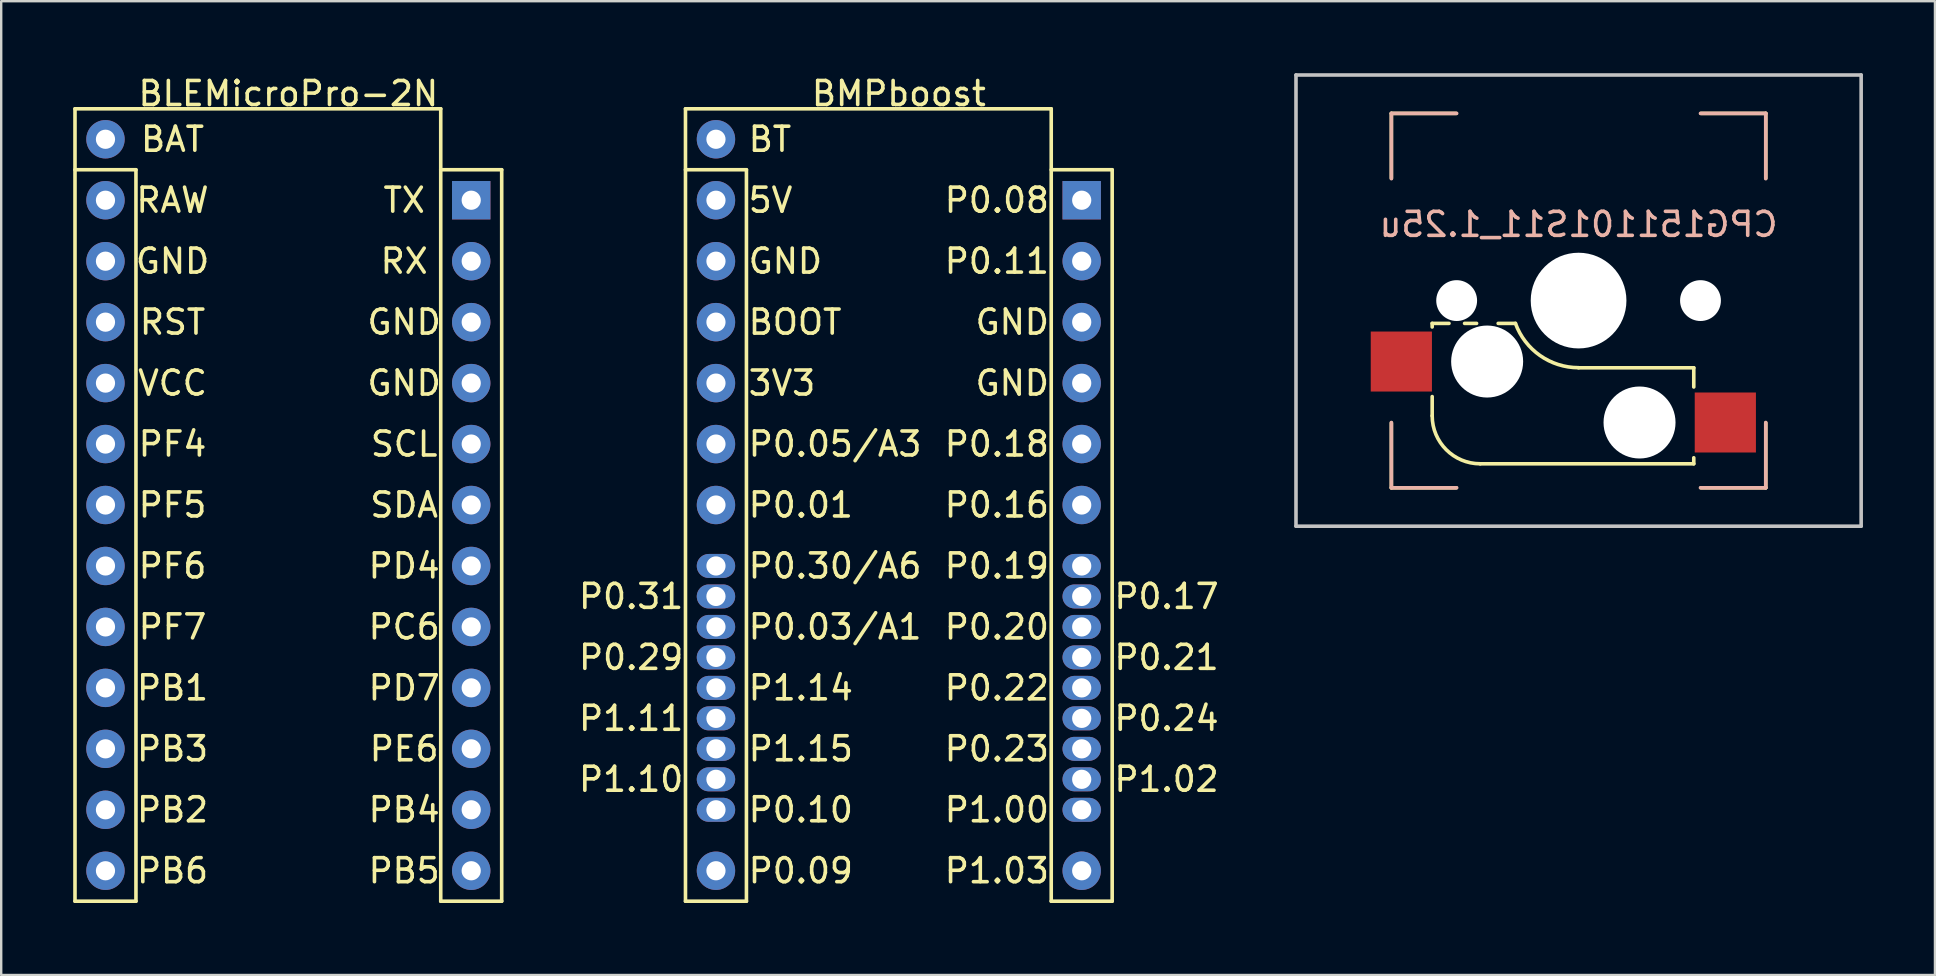
<source format=kicad_pcb>
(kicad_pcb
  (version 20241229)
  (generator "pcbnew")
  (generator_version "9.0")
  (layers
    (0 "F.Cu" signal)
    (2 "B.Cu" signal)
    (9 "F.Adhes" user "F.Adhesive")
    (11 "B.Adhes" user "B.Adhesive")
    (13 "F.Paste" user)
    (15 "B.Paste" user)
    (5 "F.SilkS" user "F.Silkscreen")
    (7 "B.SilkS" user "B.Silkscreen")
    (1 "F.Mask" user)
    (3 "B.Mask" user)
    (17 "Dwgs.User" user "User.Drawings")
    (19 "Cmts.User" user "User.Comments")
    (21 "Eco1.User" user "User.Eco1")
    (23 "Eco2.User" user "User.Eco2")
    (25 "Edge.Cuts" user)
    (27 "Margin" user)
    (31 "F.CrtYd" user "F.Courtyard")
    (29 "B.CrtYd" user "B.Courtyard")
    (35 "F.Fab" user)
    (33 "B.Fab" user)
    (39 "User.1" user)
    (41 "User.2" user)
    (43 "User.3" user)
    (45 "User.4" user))
  (footprint "BLEMicroPro-2N"
    (layer "F.Cu")
    (at 8.965 19.263)
    (property "Reference" "BLEMicroPro-2N" (at 0 -18.415 0) (layer "F.SilkS") (effects (font (size 1 1) (thickness 0.15))))
    (attr through_hole)
    (fp_line (start -8.89 -17.78) (end -8.89 15.24) (stroke (width 0.15) (type solid)) (layer "F.SilkS"))
    (fp_line (start -8.89 15.24) (end -6.35 15.24) (stroke (width 0.15) (type solid)) (layer "F.SilkS"))
    (fp_line (start -6.35 -15.24) (end -8.89 -15.24) (stroke (width 0.15) (type solid)) (layer "F.SilkS"))
    (fp_line (start -6.35 15.24) (end -6.35 -15.24) (stroke (width 0.15) (type solid)) (layer "F.SilkS"))
    (fp_line (start 6.35 -17.78) (end -8.89 -17.78) (stroke (width 0.15) (type solid)) (layer "F.SilkS"))
    (fp_line (start 6.35 -17.78) (end 6.35 15.24) (stroke (width 0.15) (type solid)) (layer "F.SilkS"))
    (fp_line (start 6.35 15.24) (end 8.89 15.24) (stroke (width 0.15) (type solid)) (layer "F.SilkS"))
    (fp_line (start 8.89 -15.24) (end 6.35 -15.24) (stroke (width 0.15) (type solid)) (layer "F.SilkS"))
    (fp_line (start 8.89 15.24) (end 8.89 -15.24) (stroke (width 0.15) (type solid)) (layer "F.SilkS"))
    (fp_text user "RST" (at -4.826 -8.89 0) (layer "F.SilkS") (effects (font (size 1 1) (thickness 0.15))))
    (fp_text user "GND" (at -4.826 -11.43 0) (layer "F.SilkS") (effects (font (size 1 1) (thickness 0.15))))
    (fp_text user "PF5" (at -4.826 -1.27 0) (layer "F.SilkS") (effects (font (size 1 1) (thickness 0.15))))
    (fp_text user "PF6" (at -4.826 1.27 0) (layer "F.SilkS") (effects (font (size 1 1) (thickness 0.15))))
    (fp_text user "PC6" (at 4.826 3.81 0) (layer "F.SilkS") (effects (font (size 1 1) (thickness 0.15))))
    (fp_text user "PB5" (at 4.826 13.97 0) (layer "F.SilkS") (effects (font (size 1 1) (thickness 0.15))))
    (fp_text user "PF4" (at -4.826 -3.81 0) (layer "F.SilkS") (effects (font (size 1 1) (thickness 0.15))))
    (fp_text user "PB2" (at -4.826 11.43 0) (layer "F.SilkS") (effects (font (size 1 1) (thickness 0.15))))
    (fp_text user "SDA" (at 4.826 -1.27 0) (layer "F.SilkS") (effects (font (size 1 1) (thickness 0.15))))
    (fp_text user "PF7" (at -4.826 3.81 0) (layer "F.SilkS") (effects (font (size 1 1) (thickness 0.15))))
    (fp_text user "SCL" (at 4.826 -3.81 0) (layer "F.SilkS") (effects (font (size 1 1) (thickness 0.15))))
    (fp_text user "PB3" (at -4.826 8.89 0) (layer "F.SilkS") (effects (font (size 1 1) (thickness 0.15))))
    (fp_text user "PB4" (at 4.826 11.43 0) (layer "F.SilkS") (effects (font (size 1 1) (thickness 0.15))))
    (fp_text user "GND" (at 4.826 -6.35 0) (layer "F.SilkS") (effects (font (size 1 1) (thickness 0.15))))
    (fp_text user "BAT" (at -4.826 -16.51 0) (layer "F.SilkS") (effects (font (size 1 1) (thickness 0.15))))
    (fp_text user "PB6" (at -4.826 13.97 0) (layer "F.SilkS") (effects (font (size 1 1) (thickness 0.15))))
    (fp_text user "RX" (at 4.826 -11.43 0) (layer "F.SilkS") (effects (font (size 1 1) (thickness 0.15))))
    (fp_text user "GND" (at 4.826 -8.89 0) (layer "F.SilkS") (effects (font (size 1 1) (thickness 0.15))))
    (fp_text user "VCC" (at -4.826 -6.35 0) (layer "F.SilkS") (effects (font (size 1 1) (thickness 0.15))))
    (fp_text user "RAW" (at -4.826 -13.97 0) (layer "F.SilkS") (effects (font (size 1 1) (thickness 0.15))))
    (fp_text user "PD4" (at 4.826 1.27 0) (layer "F.SilkS") (effects (font (size 1 1) (thickness 0.15))))
    (fp_text user "PD7" (at 4.826 6.35 0) (layer "F.SilkS") (effects (font (size 1 1) (thickness 0.15))))
    (fp_text user "PE6" (at 4.826 8.89 0) (layer "F.SilkS") (effects (font (size 1 1) (thickness 0.15))))
    (fp_text user "TX" (at 4.826 -13.97 0) (layer "F.SilkS") (effects (font (size 1 1) (thickness 0.15))))
    (fp_text user "PB1" (at -4.826 6.35 0) (layer "F.SilkS") (effects (font (size 1 1) (thickness 0.15))))
    (pad "1" thru_hole rect (at 7.62 -13.97 180) (size 1.6 1.6) (drill 0.8) (layers "*.Cu" "*.Mask"))
    (pad "2" thru_hole circle (at 7.62 -11.43 180) (size 1.6 1.6) (drill 0.8) (layers "*.Cu" "*.Mask"))
    (pad "3" thru_hole circle (at 7.62 -8.89 180) (size 1.6 1.6) (drill 0.8) (layers "*.Cu" "*.Mask"))
    (pad "4" thru_hole circle (at 7.62 -6.35 180) (size 1.6 1.6) (drill 0.8) (layers "*.Cu" "*.Mask"))
    (pad "5" thru_hole circle (at 7.62 -3.81 180) (size 1.6 1.6) (drill 0.8) (layers "*.Cu" "*.Mask"))
    (pad "6" thru_hole circle (at 7.62 -1.27 180) (size 1.6 1.6) (drill 0.8) (layers "*.Cu" "*.Mask"))
    (pad "7" thru_hole circle (at 7.62 1.27 180) (size 1.6 1.6) (drill 0.8) (layers "*.Cu" "*.Mask"))
    (pad "8" thru_hole circle (at 7.62 3.81 180) (size 1.6 1.6) (drill 0.8) (layers "*.Cu" "*.Mask"))
    (pad "9" thru_hole circle (at 7.62 6.35 180) (size 1.6 1.6) (drill 0.8) (layers "*.Cu" "*.Mask"))
    (pad "10" thru_hole circle (at 7.62 8.89 180) (size 1.6 1.6) (drill 0.8) (layers "*.Cu" "*.Mask"))
    (pad "11" thru_hole circle (at 7.62 11.43 180) (size 1.6 1.6) (drill 0.8) (layers "*.Cu" "*.Mask"))
    (pad "12" thru_hole circle (at 7.62 13.97 180) (size 1.6 1.6) (drill 0.8) (layers "*.Cu" "*.Mask"))
    (pad "13" thru_hole circle (at -7.62 13.97 180) (size 1.6 1.6) (drill 0.8) (layers "*.Cu" "*.Mask"))
    (pad "14" thru_hole circle (at -7.62 11.43 180) (size 1.6 1.6) (drill 0.8) (layers "*.Cu" "*.Mask"))
    (pad "15" thru_hole circle (at -7.62 8.89 180) (size 1.6 1.6) (drill 0.8) (layers "*.Cu" "*.Mask"))
    (pad "16" thru_hole circle (at -7.62 6.35 180) (size 1.6 1.6) (drill 0.8) (layers "*.Cu" "*.Mask"))
    (pad "17" thru_hole circle (at -7.62 3.81 180) (size 1.6 1.6) (drill 0.8) (layers "*.Cu" "*.Mask"))
    (pad "18" thru_hole circle (at -7.62 1.27 180) (size 1.6 1.6) (drill 0.8) (layers "*.Cu" "*.Mask"))
    (pad "19" thru_hole circle (at -7.62 -1.27 180) (size 1.6 1.6) (drill 0.8) (layers "*.Cu" "*.Mask"))
    (pad "20" thru_hole circle (at -7.62 -3.81 180) (size 1.6 1.6) (drill 0.8) (layers "*.Cu" "*.Mask"))
    (pad "21" thru_hole circle (at -7.62 -6.35 180) (size 1.6 1.6) (drill 0.8) (layers "*.Cu" "*.Mask"))
    (pad "22" thru_hole circle (at -7.62 -8.89 180) (size 1.6 1.6) (drill 0.8) (layers "*.Cu" "*.Mask"))
    (pad "23" thru_hole circle (at -7.62 -11.43 180) (size 1.6 1.6) (drill 0.8) (layers "*.Cu" "*.Mask"))
    (pad "24" thru_hole circle (at -7.62 -13.97 180) (size 1.6 1.6) (drill 0.8) (layers "*.Cu" "*.Mask"))
    (pad "25" thru_hole circle (at -7.62 -16.51 180) (size 1.6 1.6) (drill 0.8) (layers "*.Cu" "*.Mask"))
    (zone (net_name "") (layers "F.Cu" "B.Cu") (name "Anntena") (hatch edge 0.5) (connect_pads) (min_thickness 0.25) (filled_areas_thickness no) (keepout (tracks allowed) (vias not_allowed) (pads allowed) (copperpour not_allowed) (footprints allowed)) (placement (enabled no)) (fill) (polygon (pts (xy 0.075 29.423) (xy 0.075 34.503) (xy 17.855 34.503) (xy 17.855 29.423)))))
  (footprint "BMPboost"
    (layer "F.Cu")
    (at 34.403 19.263)
    (property "Reference" "BMPboost" (at 0 -18.415 0) (layer "F.SilkS") (effects (font (size 1 1) (thickness 0.15))))
    (attr through_hole)
    (fp_line (start -8.89 -17.78) (end -8.89 15.24) (stroke (width 0.15) (type solid)) (layer "F.SilkS"))
    (fp_line (start -8.89 15.24) (end -6.35 15.24) (stroke (width 0.15) (type solid)) (layer "F.SilkS"))
    (fp_line (start -6.35 -15.24) (end -8.89 -15.24) (stroke (width 0.15) (type solid)) (layer "F.SilkS"))
    (fp_line (start -6.35 15.24) (end -6.35 -15.24) (stroke (width 0.15) (type solid)) (layer "F.SilkS"))
    (fp_line (start 6.35 -17.78) (end -8.89 -17.78) (stroke (width 0.15) (type solid)) (layer "F.SilkS"))
    (fp_line (start 6.35 -17.78) (end 6.35 15.24) (stroke (width 0.15) (type solid)) (layer "F.SilkS"))
    (fp_line (start 6.35 15.24) (end 8.89 15.24) (stroke (width 0.15) (type solid)) (layer "F.SilkS"))
    (fp_line (start 8.89 -15.24) (end 6.35 -15.24) (stroke (width 0.15) (type solid)) (layer "F.SilkS"))
    (fp_line (start 8.89 15.24) (end 8.89 -15.24) (stroke (width 0.15) (type solid)) (layer "F.SilkS"))
    (fp_text user "P0.17" (at 8.89 2.54 0) (layer "F.SilkS") (effects (font (size 1 1) (thickness 0.15)) (justify left)))
    (fp_text user "P0.16" (at 6.35 -1.27 0) (layer "F.SilkS") (effects (font (size 1 1) (thickness 0.15)) (justify right)))
    (fp_text user "P0.09" (at -6.35 13.97 0) (layer "F.SilkS") (effects (font (size 1 1) (thickness 0.15)) (justify left)))
    (fp_text user "P0.19" (at 6.35 1.27 0) (layer "F.SilkS") (effects (font (size 1 1) (thickness 0.15)) (justify right)))
    (fp_text user "P1.03" (at 6.35 13.97 0) (layer "F.SilkS") (effects (font (size 1 1) (thickness 0.15)) (justify right)))
    (fp_text user "P0.18" (at 6.35 -3.81 0) (layer "F.SilkS") (effects (font (size 1 1) (thickness 0.15)) (justify right)))
    (fp_text user "P0.24" (at 8.89 7.62 0) (layer "F.SilkS") (effects (font (size 1 1) (thickness 0.15)) (justify left)))
    (fp_text user "BT" (at -6.35 -16.51 0) (layer "F.SilkS") (effects (font (size 1 1) (thickness 0.15)) (justify left)))
    (fp_text user "P0.31" (at -8.89 2.54 0) (layer "F.SilkS") (effects (font (size 1 1) (thickness 0.15)) (justify right)))
    (fp_text user "P0.11" (at 6.35 -11.43 0) (layer "F.SilkS") (effects (font (size 1 1) (thickness 0.15)) (justify right)))
    (fp_text user "P0.05/A3" (at -6.35 -3.81 0) (layer "F.SilkS") (effects (font (size 1 1) (thickness 0.15)) (justify left)))
    (fp_text user "3V3" (at -6.35 -6.35 0) (layer "F.SilkS") (effects (font (size 1 1) (thickness 0.15)) (justify left)))
    (fp_text user "P0.29" (at -8.89 5.08 0) (layer "F.SilkS") (effects (font (size 1 1) (thickness 0.15)) (justify right)))
    (fp_text user "P0.03/A1" (at -6.35 3.81 0) (layer "F.SilkS") (effects (font (size 1 1) (thickness 0.15)) (justify left)))
    (fp_text user "P0.10" (at -6.35 11.43 0) (layer "F.SilkS") (effects (font (size 1 1) (thickness 0.15)) (justify left)))
    (fp_text user "P0.21" (at 8.89 5.08 0) (layer "F.SilkS") (effects (font (size 1 1) (thickness 0.15)) (justify left)))
    (fp_text user "P1.02" (at 8.89 10.16 0) (layer "F.SilkS") (effects (font (size 1 1) (thickness 0.15)) (justify left)))
    (fp_text user "GND" (at 6.35 -6.35 0) (layer "F.SilkS") (effects (font (size 1 1) (thickness 0.15)) (justify right)))
    (fp_text user "P0.20" (at 6.35 3.81 0) (layer "F.SilkS") (effects (font (size 1 1) (thickness 0.15)) (justify right)))
    (fp_text user "GND" (at 6.35 -8.89 0) (layer "F.SilkS") (effects (font (size 1 1) (thickness 0.15)) (justify right)))
    (fp_text user "P1.11" (at -8.89 7.62 0) (layer "F.SilkS") (effects (font (size 1 1) (thickness 0.15)) (justify right)))
    (fp_text user "P0.22" (at 6.35 6.35 0) (layer "F.SilkS") (effects (font (size 1 1) (thickness 0.15)) (justify right)))
    (fp_text user "P0.08" (at 6.35 -13.97 0) (layer "F.SilkS") (effects (font (size 1 1) (thickness 0.15)) (justify right)))
    (fp_text user "BOOT" (at -6.35 -8.89 0) (layer "F.SilkS") (effects (font (size 1 1) (thickness 0.15)) (justify left)))
    (fp_text user "P1.14" (at -6.35 6.35 0) (layer "F.SilkS") (effects (font (size 1 1) (thickness 0.15)) (justify left)))
    (fp_text user "GND" (at -6.35 -11.43 0) (layer "F.SilkS") (effects (font (size 1 1) (thickness 0.15)) (justify left)))
    (fp_text user "5V" (at -6.35 -13.97 0) (layer "F.SilkS") (effects (font (size 1 1) (thickness 0.15)) (justify left)))
    (fp_text user "P1.00" (at 6.35 11.43 0) (layer "F.SilkS") (effects (font (size 1 1) (thickness 0.15)) (justify right)))
    (fp_text user "P0.23" (at 6.35 8.89 0) (layer "F.SilkS") (effects (font (size 1 1) (thickness 0.15)) (justify right)))
    (fp_text user "P1.15" (at -6.35 8.89 0) (layer "F.SilkS") (effects (font (size 1 1) (thickness 0.15)) (justify left)))
    (fp_text user "P0.30/A6" (at -6.35 1.27 0) (layer "F.SilkS") (effects (font (size 1 1) (thickness 0.15)) (justify left)))
    (fp_text user "P0.01" (at -6.35 -1.27 0) (layer "F.SilkS") (effects (font (size 1 1) (thickness 0.15)) (justify left)))
    (fp_text user "P1.10" (at -8.89 10.16 0) (layer "F.SilkS") (effects (font (size 1 1) (thickness 0.15)) (justify right)))
    (pad "1" thru_hole rect (at 7.62 -13.97 180) (size 1.6 1.6) (drill 0.8) (layers "*.Cu" "*.Mask"))
    (pad "2" thru_hole circle (at 7.62 -11.43 180) (size 1.6 1.6) (drill 0.8) (layers "*.Cu" "*.Mask"))
    (pad "3" thru_hole circle (at 7.62 -8.89 180) (size 1.6 1.6) (drill 0.8) (layers "*.Cu" "*.Mask"))
    (pad "4" thru_hole circle (at 7.62 -6.35 180) (size 1.6 1.6) (drill 0.8) (layers "*.Cu" "*.Mask"))
    (pad "5" thru_hole circle (at 7.62 -3.81 180) (size 1.6 1.6) (drill 0.8) (layers "*.Cu" "*.Mask"))
    (pad "6" thru_hole circle (at 7.62 -1.27 180) (size 1.6 1.6) (drill 0.8) (layers "*.Cu" "*.Mask"))
    (pad "7" thru_hole oval (at 7.62 1.27 180) (size 1.6 1) (drill 0.8) (layers "*.Cu" "*.Mask"))
    (pad "8" thru_hole oval (at 7.62 3.81 180) (size 1.6 1) (drill 0.8) (layers "*.Cu" "*.Mask"))
    (pad "9" thru_hole oval (at 7.62 6.35 180) (size 1.6 1) (drill 0.8) (layers "*.Cu" "*.Mask"))
    (pad "10" thru_hole oval (at 7.62 8.89 180) (size 1.6 1) (drill 0.8) (layers "*.Cu" "*.Mask"))
    (pad "11" thru_hole oval (at 7.62 11.43 180) (size 1.6 1) (drill 0.8) (layers "*.Cu" "*.Mask"))
    (pad "12" thru_hole circle (at 7.62 13.97 180) (size 1.6 1.6) (drill 0.8) (layers "*.Cu" "*.Mask"))
    (pad "13" thru_hole circle (at -7.62 13.97 180) (size 1.6 1.6) (drill 0.8) (layers "*.Cu" "*.Mask"))
    (pad "14" thru_hole oval (at -7.62 11.43 180) (size 1.6 1) (drill 0.8) (layers "*.Cu" "*.Mask"))
    (pad "15" thru_hole oval (at -7.62 8.89 180) (size 1.6 1) (drill 0.8) (layers "*.Cu" "*.Mask"))
    (pad "16" thru_hole oval (at -7.62 6.35 180) (size 1.6 1) (drill 0.8) (layers "*.Cu" "*.Mask"))
    (pad "17" thru_hole oval (at -7.62 3.81 180) (size 1.6 1) (drill 0.8) (layers "*.Cu" "*.Mask"))
    (pad "18" thru_hole oval (at -7.62 1.27 180) (size 1.6 1) (drill 0.8) (layers "*.Cu" "*.Mask"))
    (pad "19" thru_hole circle (at -7.62 -1.27 180) (size 1.6 1.6) (drill 0.8) (layers "*.Cu" "*.Mask"))
    (pad "20" thru_hole circle (at -7.62 -3.81 180) (size 1.6 1.6) (drill 0.8) (layers "*.Cu" "*.Mask"))
    (pad "21" thru_hole circle (at -7.62 -6.35 180) (size 1.6 1.6) (drill 0.8) (layers "*.Cu" "*.Mask"))
    (pad "22" thru_hole circle (at -7.62 -8.89 180) (size 1.6 1.6) (drill 0.8) (layers "*.Cu" "*.Mask"))
    (pad "23" thru_hole circle (at -7.62 -11.43 180) (size 1.6 1.6) (drill 0.8) (layers "*.Cu" "*.Mask"))
    (pad "24" thru_hole circle (at -7.62 -13.97 180) (size 1.6 1.6) (drill 0.8) (layers "*.Cu" "*.Mask"))
    (pad "25" thru_hole circle (at -7.62 -16.51 180) (size 1.6 1.6) (drill 0.8) (layers "*.Cu" "*.Mask"))
    (pad "e1" thru_hole oval (at 7.62 2.54 180) (size 1.6 1) (drill 0.8) (layers "*.Cu" "*.Mask"))
    (pad "e2" thru_hole oval (at 7.62 5.08 180) (size 1.6 1) (drill 0.8) (layers "*.Cu" "*.Mask"))
    (pad "e3" thru_hole oval (at 7.62 7.62 180) (size 1.6 1) (drill 0.8) (layers "*.Cu" "*.Mask"))
    (pad "e4" thru_hole oval (at 7.62 10.16 180) (size 1.6 1) (drill 0.8) (layers "*.Cu" "*.Mask"))
    (pad "e5" thru_hole oval (at -7.62 10.16 180) (size 1.6 1) (drill 0.8) (layers "*.Cu" "*.Mask"))
    (pad "e6" thru_hole oval (at -7.62 7.62 180) (size 1.6 1) (drill 0.8) (layers "*.Cu" "*.Mask"))
    (pad "e7" thru_hole oval (at -7.62 5.08 180) (size 1.6 1) (drill 0.8) (layers "*.Cu" "*.Mask"))
    (pad "e8" thru_hole oval (at -7.62 2.54 180) (size 1.6 1) (drill 0.8) (layers "*.Cu" "*.Mask"))
    (zone (net_name "") (layers "F.Cu" "B.Cu") (name "Anntena") (hatch edge 0.5) (connect_pads) (min_thickness 0.25) (filled_areas_thickness no) (keepout (tracks allowed) (vias not_allowed) (pads allowed) (copperpour not_allowed) (footprints allowed)) (placement (enabled no)) (fill) (polygon (pts (xy 25.513 29.423) (xy 25.513 34.503) (xy 43.293 34.503) (xy 43.293 29.423)))))
  (footprint "CPG151101S11_1.25u"
    (layer "F.Cu")
    (at 62.727 9.475)
    (property "Reference" "CPG151101S11_1.25u" (at 0 -3.175 0) (layer "B.SilkS") (effects (font (size 1 1) (thickness 0.15)) (justify mirror)))
    (attr smd)
    (fp_line (start -7.8 -7.8) (end -7.8 -5.1) (stroke (width 0.15) (type solid)) (layer "F.SilkS"))
    (fp_line (start -7.8 5.1) (end -7.8 7.8) (stroke (width 0.15) (type solid)) (layer "F.SilkS"))
    (fp_line (start -7.8 7.8) (end -5.1 7.8) (stroke (width 0.15) (type solid)) (layer "F.SilkS"))
    (fp_line (start -6.1 0.95) (end -6.1 1.1) (stroke (width 0.15) (type solid)) (layer "F.SilkS"))
    (fp_line (start -6.1 4.8) (end -6.1 4) (stroke (width 0.15) (type solid)) (layer "F.SilkS"))
    (fp_line (start -5.4 0.95) (end -6.1 0.95) (stroke (width 0.15) (type solid)) (layer "F.SilkS"))
    (fp_line (start -5.1 -7.8) (end -7.8 -7.8) (stroke (width 0.15) (type solid)) (layer "F.SilkS"))
    (fp_line (start -4.75 0.95) (end -4.25 0.95) (stroke (width 0.15) (type solid)) (layer "F.SilkS"))
    (fp_line (start -3.35 0.95) (end -2.63 0.95) (stroke (width 0.15) (type solid)) (layer "F.SilkS"))
    (fp_line (start 4.8 2.8) (end 0 2.8) (stroke (width 0.15) (type solid)) (layer "F.SilkS"))
    (fp_line (start 4.8 2.8) (end 4.8 3.6) (stroke (width 0.15) (type solid)) (layer "F.SilkS"))
    (fp_line (start 4.8 6.8) (end -4.1 6.8) (stroke (width 0.15) (type solid)) (layer "F.SilkS"))
    (fp_line (start 4.8 6.8) (end 4.8 6.55) (stroke (width 0.15) (type solid)) (layer "F.SilkS"))
    (fp_line (start 5.1 7.8) (end 7.8 7.8) (stroke (width 0.15) (type solid)) (layer "F.SilkS"))
    (fp_line (start 7.8 -7.8) (end 5.1 -7.8) (stroke (width 0.15) (type solid)) (layer "F.SilkS"))
    (fp_line (start 7.8 -5.1) (end 7.8 -7.8) (stroke (width 0.15) (type solid)) (layer "F.SilkS"))
    (fp_line (start 7.8 7.8) (end 7.8 5.1) (stroke (width 0.15) (type solid)) (layer "F.SilkS"))
    (fp_arc (start -4.1 6.8) (mid -5.514214 6.214214) (end -6.1 4.8) (stroke (width 0.15) (type solid)) (layer "F.SilkS"))
    (fp_arc (start 0 2.796319) (mid -1.606689 2.288657) (end -2.63 0.95) (stroke (width 0.15) (type solid)) (layer "F.SilkS"))
    (fp_line (start -7.8 -7.8) (end -5.08 -7.8) (stroke (width 0.15) (type solid)) (layer "B.SilkS"))
    (fp_line (start -7.8 -5.08) (end -7.8 -7.8) (stroke (width 0.15) (type solid)) (layer "B.SilkS"))
    (fp_line (start -7.8 5.08) (end -7.8 7.8) (stroke (width 0.15) (type solid)) (layer "B.SilkS"))
    (fp_line (start -7.8 7.8) (end -5.08 7.8) (stroke (width 0.15) (type solid)) (layer "B.SilkS"))
    (fp_line (start 5.08 -7.8) (end 7.8 -7.8) (stroke (width 0.15) (type solid)) (layer "B.SilkS"))
    (fp_line (start 7.8 -7.8) (end 7.8 -5.08) (stroke (width 0.15) (type solid)) (layer "B.SilkS"))
    (fp_line (start 7.8 5.08) (end 7.8 7.8) (stroke (width 0.15) (type solid)) (layer "B.SilkS"))
    (fp_line (start 7.8 7.8) (end 5.08 7.8) (stroke (width 0.15) (type solid)) (layer "B.SilkS"))
    (fp_line (start -11.775 -9.4) (end -11.775 9.4) (stroke (width 0.15) (type solid)) (layer "Dwgs.User"))
    (fp_line (start -11.775 9.4) (end 11.775 9.4) (stroke (width 0.15) (type solid)) (layer "Dwgs.User"))
    (fp_line (start 11.775 -9.4) (end -11.775 -9.4) (stroke (width 0.15) (type solid)) (layer "Dwgs.User"))
    (fp_line (start 11.775 9.4) (end 11.775 -9.4) (stroke (width 0.15) (type solid)) (layer "Dwgs.User"))
    (fp_line (start -0.635 3.81) (end -0.635 3.81) (stroke (width 0.1) (type solid)) (layer "Eco1.User"))
    (fp_line (start -7 -7) (end -7 7) (stroke (width 0.15) (type solid)) (layer "Eco2.User"))
    (fp_line (start -7 -7) (end 7 -7) (stroke (width 0.15) (type solid)) (layer "Eco2.User"))
    (fp_line (start 7 7) (end -7 7) (stroke (width 0.15) (type solid)) (layer "Eco2.User"))
    (fp_line (start 7 7) (end 7 -7) (stroke (width 0.15) (type solid)) (layer "Eco2.User"))
    (pad "" np_thru_hole circle (at -5.08 0 180) (size 1.702 1.702) (drill 1.702) (layers "*.Cu" "*.Mask"))
    (pad "" np_thru_hole circle (at -3.81 2.54 180) (size 3 3) (drill 3) (layers "*.Cu" "*.Mask"))
    (pad "" np_thru_hole circle (at 0 0) (size 3.988 3.988) (drill 3.988) (layers "*.Cu" "*.Mask"))
    (pad "" np_thru_hole circle (at 2.54 5.08 180) (size 3 3) (drill 3) (layers "*.Cu" "*.Mask"))
    (pad "" np_thru_hole circle (at 5.08 0 180) (size 1.702 1.702) (drill 1.702) (layers "*.Cu" "*.Mask"))
    (pad "1" smd rect (at -7.385 2.54 180) (size 2.55 2.5) (layers "F.Cu" "F.Mask" "F.Paste"))
    (pad "2" smd rect (at 6.115 5.08) (size 2.55 2.5) (layers "F.Cu" "F.Mask" "F.Paste")))
  (gr_rect
    (start -3 -3)
    (end 77.577 37.578)
    (stroke (width 0.1) (type default))
    (fill no)
    (layer "Edge.Cuts")))
</source>
